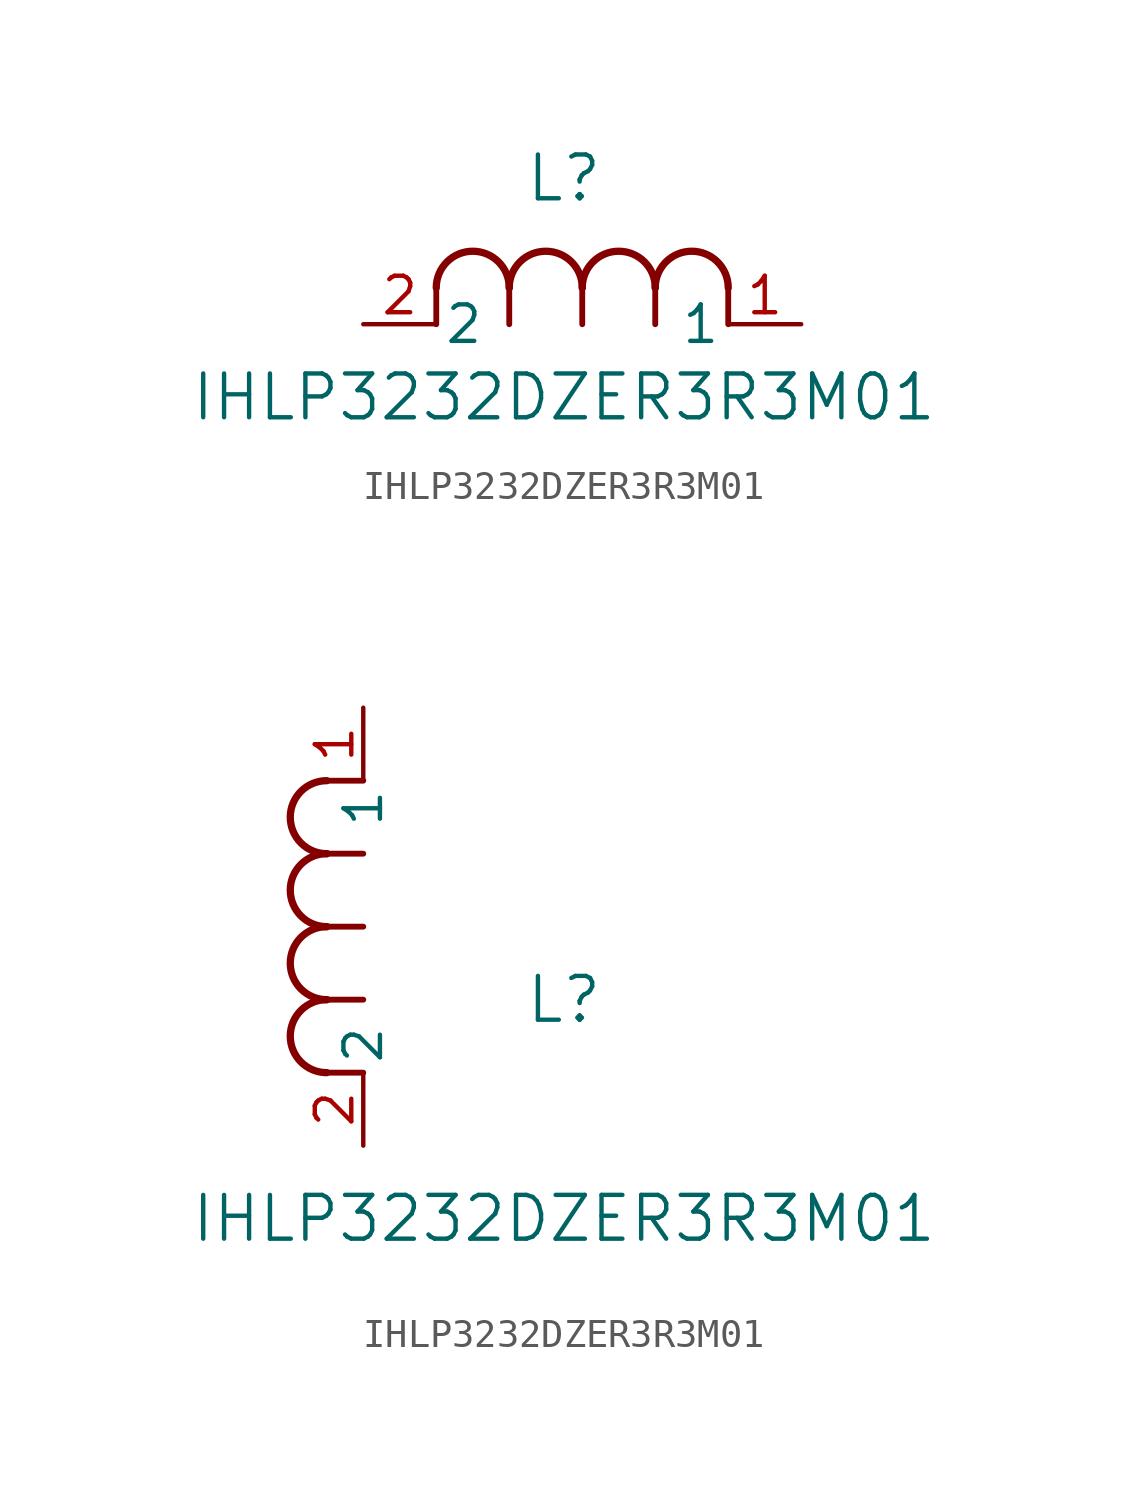
<source format=kicad_sym>
(kicad_symbol_lib
  (version 20211014)
  (generator kicad_symbol_editor)
  (symbol "IHLP3232DZER3R3M01"
    (pin_names
      (offset 0.254))
    (property "Reference" "L"
      (at 6.985 5.08 0)
      (effects (font (size 1.524 1.524))))
    (property "Value" "IHLP3232DZER3R3M01"
      (at 6.985 -2.54 0)
      (effects (font (size 1.524 1.524))))
    (symbol "IHLP3232DZER3R3M01_1_1"
      (arc (start 7.62 1.27) (mid 6.35 2.54) (end 5.08 1.27) (stroke (width 0.254) (type default) (color 0 0 0 0)) (fill (type none)))
      (polyline (pts (xy 5.08 0) (xy 5.08 1.27)) (stroke (width 0.203) (type default) (color 0 0 0 0)) (fill (type none)))
      (polyline (pts (xy 7.62 0) (xy 7.62 1.27)) (stroke (width 0.203) (type default) (color 0 0 0 0)) (fill (type none)))
      (polyline (pts (xy 12.7 0) (xy 12.7 1.27)) (stroke (width 0.203) (type default) (color 0 0 0 0)) (fill (type none)))
      (arc (start 5.08 1.27) (mid 3.81 2.54) (end 2.54 1.27) (stroke (width 0.254) (type default) (color 0 0 0 0)) (fill (type none)))
      (arc (start 10.16 1.27) (mid 8.89 2.54) (end 7.62 1.27) (stroke (width 0.254) (type default) (color 0 0 0 0)) (fill (type none)))
      (arc (start 12.7 1.27) (mid 11.43 2.54) (end 10.16 1.27) (stroke (width 0.254) (type default) (color 0 0 0 0)) (fill (type none)))
      (polyline (pts (xy 2.54 0) (xy 2.54 1.27)) (stroke (width 0.203) (type default) (color 0 0 0 0)) (fill (type none)))
      (polyline (pts (xy 10.16 0) (xy 10.16 1.27)) (stroke (width 0.203) (type default) (color 0 0 0 0)) (fill (type none)))
      (pin unspecified line (at 0 0 0) (length 2.54) (name "2" (effects (font (size 1.27 1.27)))) (number "2" (effects (font (size 1.27 1.27)))))
      (pin unspecified line (at 15.24 0 180) (length 2.54) (name "1" (effects (font (size 1.27 1.27)))) (number "1" (effects (font (size 1.27 1.27))))))
    (symbol "IHLP3232DZER3R3M01_1_2"
      (arc (start -1.27 7.62) (mid -2.54 6.35) (end -1.27 5.08) (stroke (width 0.254) (type default) (color 0 0 0 0)) (fill (type none)))
      (arc (start -1.27 5.08) (mid -2.54 3.81) (end -1.27 2.54) (stroke (width 0.254) (type default) (color 0 0 0 0)) (fill (type none)))
      (arc (start -1.27 12.7) (mid -2.54 11.43) (end -1.27 10.16) (stroke (width 0.254) (type default) (color 0 0 0 0)) (fill (type none)))
      (arc (start -1.27 10.16) (mid -2.54 8.89) (end -1.27 7.62) (stroke (width 0.254) (type default) (color 0 0 0 0)) (fill (type none)))
      (polyline (pts (xy 0 7.62) (xy -1.27 7.62)) (stroke (width 0.203) (type default) (color 0 0 0 0)) (fill (type none)))
      (polyline (pts (xy 0 5.08) (xy -1.27 5.08)) (stroke (width 0.203) (type default) (color 0 0 0 0)) (fill (type none)))
      (polyline (pts (xy 0 12.7) (xy -1.27 12.7)) (stroke (width 0.203) (type default) (color 0 0 0 0)) (fill (type none)))
      (polyline (pts (xy 0 2.54) (xy -1.27 2.54)) (stroke (width 0.203) (type default) (color 0 0 0 0)) (fill (type none)))
      (polyline (pts (xy 0 10.16) (xy -1.27 10.16)) (stroke (width 0.203) (type default) (color 0 0 0 0)) (fill (type none)))
      (pin unspecified line (at 0 0 90) (length 2.54) (name "2" (effects (font (size 1.27 1.27)))) (number "2" (effects (font (size 1.27 1.27)))))
      (pin unspecified line (at 0 15.24 270) (length 2.54) (name "1" (effects (font (size 1.27 1.27)))) (number "1" (effects (font (size 1.27 1.27))))))))
</source>
